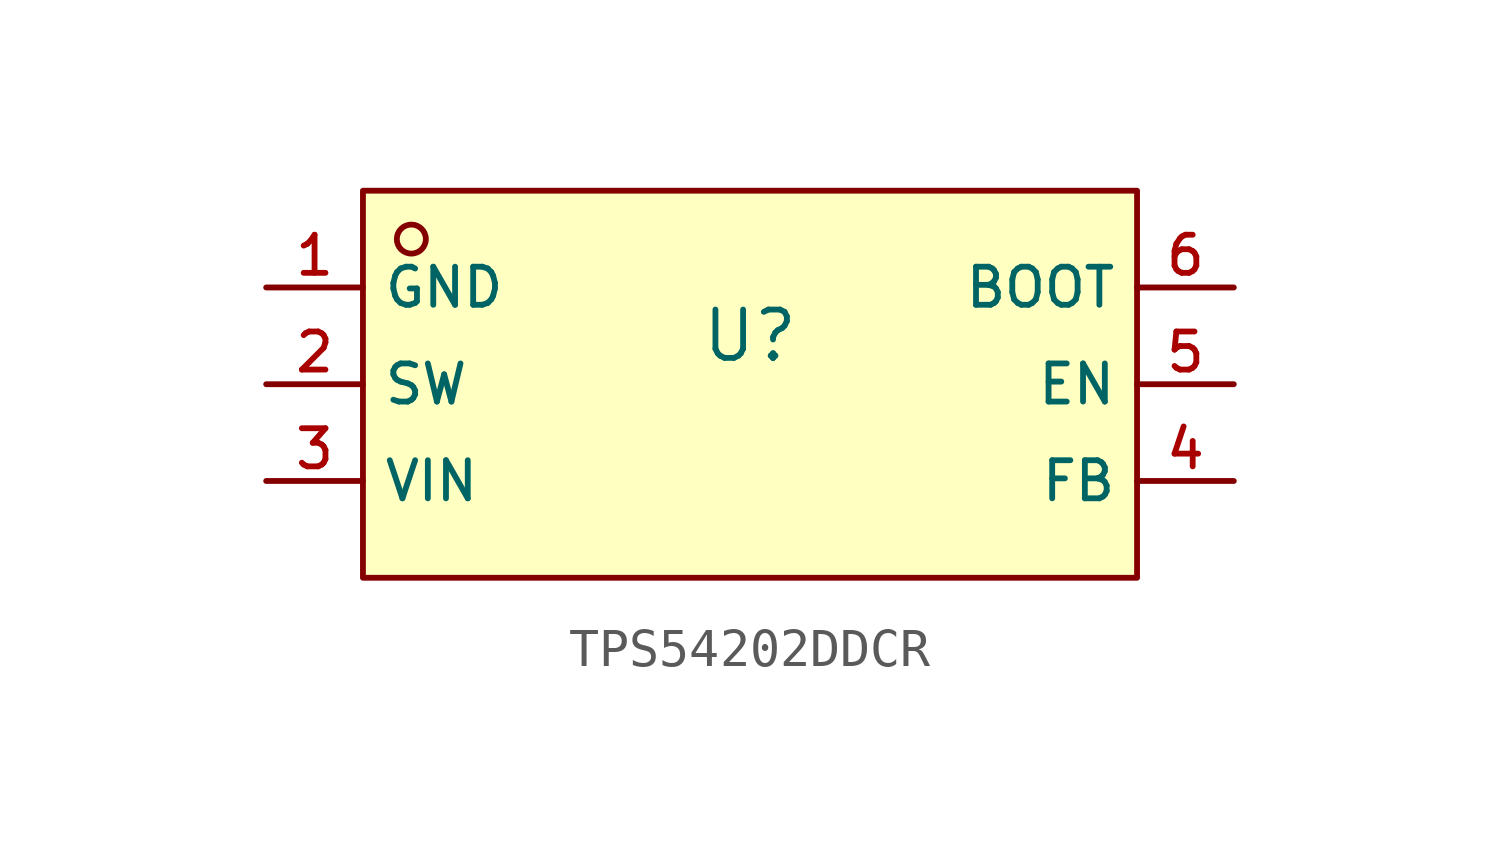
<source format=kicad_sym>
(kicad_symbol_lib
  (version 20210201)
  (generator TousstNicolas/JLC2KiCad_lib)
  (symbol "TPS54202DDCR"
    (property "Reference" "U"
      (at 0 1.27 0)
      (effects (font (size 1.27 1.27))))
    (symbol "TPS54202DDCR_0_1"
      (rectangle (start -10.16 5.08) (end 10.16 -5.08) (stroke (width 0) (type default) (color 0 0 0 0)) (fill (type background)))
      (circle (center -8.89 3.81) (radius 0.381) (stroke (width 0) (type default) (color 0 0 0 0)) (fill (type background)))
      (pin unspecified line (at -12.7 2.54 0) (length 2.54) (name "GND" (effects (font (size 1 1)))) (number "1" (effects (font (size 1 1)))))
      (pin unspecified line (at -12.7 -0.0 0) (length 2.54) (name "SW" (effects (font (size 1 1)))) (number "2" (effects (font (size 1 1)))))
      (pin unspecified line (at -12.7 -2.54 0) (length 2.54) (name "VIN" (effects (font (size 1 1)))) (number "3" (effects (font (size 1 1)))))
      (pin unspecified line (at 12.7 -2.54 180) (length 2.54) (name "FB" (effects (font (size 1 1)))) (number "4" (effects (font (size 1 1)))))
      (pin unspecified line (at 12.7 -0.0 180) (length 2.54) (name "EN" (effects (font (size 1 1)))) (number "5" (effects (font (size 1 1)))))
      (pin unspecified line (at 12.7 2.54 180) (length 2.54) (name "BOOT" (effects (font (size 1 1)))) (number "6" (effects (font (size 1 1))))))))
</source>
